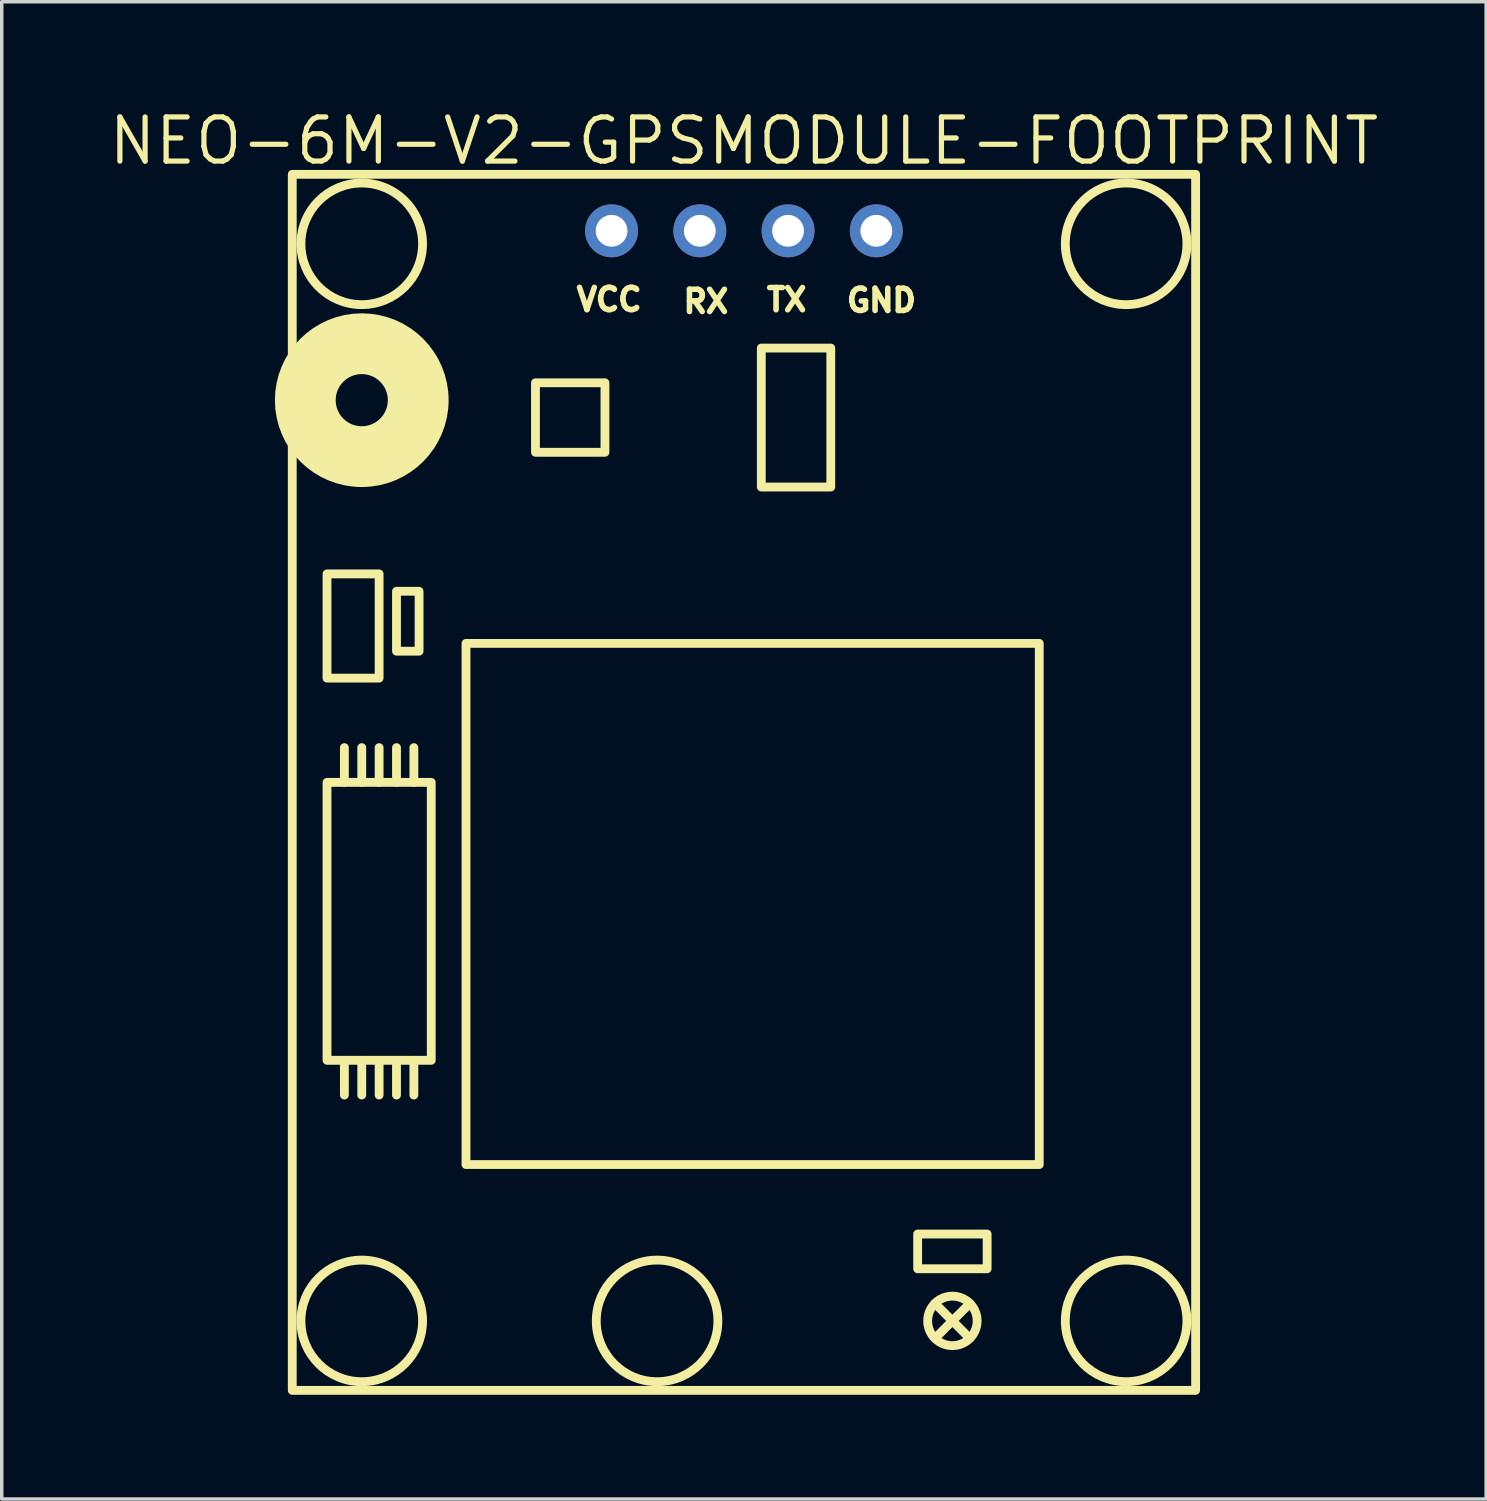
<source format=kicad_pcb>
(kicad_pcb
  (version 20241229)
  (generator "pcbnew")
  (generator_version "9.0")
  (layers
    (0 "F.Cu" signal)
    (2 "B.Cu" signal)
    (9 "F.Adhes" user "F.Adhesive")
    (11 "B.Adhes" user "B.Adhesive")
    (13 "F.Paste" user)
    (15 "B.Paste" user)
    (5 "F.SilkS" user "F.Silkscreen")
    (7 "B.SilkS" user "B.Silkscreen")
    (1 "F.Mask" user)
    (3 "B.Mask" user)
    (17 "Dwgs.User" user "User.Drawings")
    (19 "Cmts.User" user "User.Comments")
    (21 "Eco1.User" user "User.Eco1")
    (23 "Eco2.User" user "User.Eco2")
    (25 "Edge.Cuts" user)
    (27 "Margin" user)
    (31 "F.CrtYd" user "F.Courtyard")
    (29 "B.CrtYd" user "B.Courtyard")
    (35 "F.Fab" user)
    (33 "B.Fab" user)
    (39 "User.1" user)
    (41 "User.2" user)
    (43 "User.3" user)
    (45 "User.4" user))
  (footprint "NEO-6M-V2-GPSMODULE-FOOTPRINT"
    (layer "F.Cu")
    (at 18.362 19.468)
    (property "Reference" "NEO-6M-V2-GPSMODULE-FOOTPRINT" (at -0.00005 -18.462 0) (layer "F.SilkS") (effects (font (size 1.27 1.27) (thickness 0.15))))
    (fp_line (start -11.5 0) (end -11.5 -1) (stroke (width 0.254) (type default)) (layer "F.SilkS"))
    (fp_line (start -11.5 8) (end -11.5 9) (stroke (width 0.254) (type default)) (layer "F.SilkS"))
    (fp_line (start -11 0) (end -11 -1) (stroke (width 0.254) (type default)) (layer "F.SilkS"))
    (fp_line (start -11 8) (end -11 9) (stroke (width 0.254) (type default)) (layer "F.SilkS"))
    (fp_line (start -10.5 0) (end -10.5 -1) (stroke (width 0.254) (type default)) (layer "F.SilkS"))
    (fp_line (start -10.5 8) (end -10.5 9) (stroke (width 0.254) (type default)) (layer "F.SilkS"))
    (fp_line (start -10 0) (end -10 -1) (stroke (width 0.254) (type default)) (layer "F.SilkS"))
    (fp_line (start -10 8) (end -10 9) (stroke (width 0.254) (type default)) (layer "F.SilkS"))
    (fp_line (start -9.5 0) (end -9.5 -1) (stroke (width 0.254) (type default)) (layer "F.SilkS"))
    (fp_line (start -9.5 8) (end -9.5 9) (stroke (width 0.254) (type default)) (layer "F.SilkS"))
    (fp_line (start 5.5 15) (end 5.5 15) (stroke (width 0.254) (type default)) (layer "F.SilkS"))
    (fp_line (start 5.5 15) (end 6.5 16) (stroke (width 0.254) (type default)) (layer "F.SilkS"))
    (fp_line (start 6.5 15) (end 5.5 16) (stroke (width 0.254) (type default)) (layer "F.SilkS"))
    (fp_line (start 6.5 15) (end 6.5 15) (stroke (width 0.254) (type default)) (layer "F.SilkS"))
    (fp_rect (start -13 -17.5) (end 13 17.5) (stroke (width 0.254) (type default)) (fill no) (layer "F.SilkS"))
    (fp_rect (start -12 -6) (end -10.5 -3) (stroke (width 0.254) (type default)) (fill no) (layer "F.SilkS"))
    (fp_rect (start -12 0) (end -9 8) (stroke (width 0.254) (type default)) (fill no) (layer "F.SilkS"))
    (fp_rect (start -10 -5.5) (end -9.35 -3.775) (stroke (width 0.254) (type default)) (fill no) (layer "F.SilkS"))
    (fp_rect (start -8 -4) (end 8.5 11) (stroke (width 0.254) (type default)) (fill no) (layer "F.SilkS"))
    (fp_rect (start -6 -11.5) (end -4 -9.5) (stroke (width 0.254) (type default)) (fill no) (layer "F.SilkS"))
    (fp_rect (start 0.5 -12.5) (end 2.5 -8.5) (stroke (width 0.254) (type default)) (fill no) (layer "F.SilkS"))
    (fp_rect (start 5 13) (end 7 14) (stroke (width 0.254) (type default)) (fill no) (layer "F.SilkS"))
    (fp_circle (center -11 -15.5) (end -9.25 -15.5) (stroke (width 0.254) (type default)) (fill no) (layer "F.SilkS"))
    (fp_circle (center -11 -11) (end -10.25 -11) (stroke (width 1.75) (type default)) (fill no) (layer "F.SilkS"))
    (fp_circle (center -11 -11) (end -9.9 -11) (stroke (width 0.254) (type default)) (fill no) (layer "F.SilkS"))
    (fp_circle (center -11 -11) (end -9.7 -11) (stroke (width 0.254) (type default)) (fill no) (layer "F.SilkS"))
    (fp_circle (center -11 -11) (end -9.5 -11) (stroke (width 0.26) (type default)) (fill no) (layer "F.SilkS"))
    (fp_circle (center -11 -11) (end -9.25 -11) (stroke (width 0.254) (type default)) (fill no) (layer "F.SilkS"))
    (fp_circle (center -11 15.5) (end -9.25 15.5) (stroke (width 0.254) (type default)) (fill no) (layer "F.SilkS"))
    (fp_circle (center -2.5 15.5) (end -0.75 15.5) (stroke (width 0.254) (type default)) (fill no) (layer "F.SilkS"))
    (fp_circle (center 6 15.5) (end 6.712 15.5) (stroke (width 0.254) (type default)) (fill no) (layer "F.SilkS"))
    (fp_circle (center 11 -15.5) (end 12.75 -15.5) (stroke (width 0.254) (type default)) (fill no) (layer "F.SilkS"))
    (fp_circle (center 11 15.5) (end 12.75 15.5) (stroke (width 0.254) (type default)) (fill no) (layer "F.SilkS"))
    (fp_text user "RX" (at -1.825 -14.215 0) (unlocked yes) (layer "F.SilkS") (effects (font (size 0.64 0.64) (thickness 0.203)) (justify left top)))
    (fp_text user "VCC" (at -4.899 -14.27 0) (unlocked yes) (layer "F.SilkS") (effects (font (size 0.64 0.64) (thickness 0.203)) (justify left top)))
    (fp_text user "TX" (at 0.575 -14.265 0) (unlocked yes) (layer "F.SilkS") (effects (font (size 0.64 0.64) (thickness 0.203)) (justify left top)))
    (fp_text user "GND" (at 2.876 -14.245 0) (unlocked yes) (layer "F.SilkS") (effects (font (size 0.64 0.64) (thickness 0.203)) (justify left top)))
    (pad "1" thru_hole oval (at -3.81 -15.875) (size 1.524 1.524) (drill 0.914) (layers "*.Cu" "*.Mask"))
    (pad "2" thru_hole oval (at -1.27 -15.875) (size 1.524 1.524) (drill 0.914) (layers "*.Cu" "*.Mask"))
    (pad "3" thru_hole oval (at 1.27 -15.875) (size 1.524 1.524) (drill 0.914) (layers "*.Cu" "*.Mask"))
    (pad "4" thru_hole oval (at 3.81 -15.875) (size 1.524 1.524) (drill 0.914) (layers "*.Cu" "*.Mask"))
    (zone (net_name "") (layer "F.SilkS") (hatch edge 0.5) (priority 100) (connect_pads yes) (min_thickness 0) (filled_areas_thickness no) (fill yes) (polygon (pts (xy 10.85 13.854) (xy 10.85 15.354) (xy 11.85 15.354) (xy 11.85 13.854))) (filled_polygon (layer "F.SilkS") (island) (pts (xy 10.85 13.854) (xy 10.85 15.354) (xy 11.85 15.354) (xy 11.85 13.854))))
    (zone (net_name "") (layer "F.SilkS") (hatch edge 0.5) (priority 100) (connect_pads yes) (min_thickness 0) (filled_areas_thickness no) (fill yes) (polygon (pts (xy 10.862 30.468) (xy 10.862 31.968) (xy 11.862 31.968) (xy 11.862 30.468))) (filled_polygon (layer "F.SilkS") (island) (pts (xy 10.862 30.468) (xy 10.862 31.968) (xy 11.862 31.968) (xy 11.862 30.468))))
    (zone (net_name "") (layer "F.SilkS") (hatch edge 0.5) (priority 100) (connect_pads yes) (min_thickness 0) (filled_areas_thickness no) (fill yes) (polygon (pts (xy 12.35 13.854) (xy 12.35 15.354) (xy 13.35 15.354) (xy 13.35 13.854))) (filled_polygon (layer "F.SilkS") (island) (pts (xy 12.35 13.854) (xy 12.35 15.354) (xy 13.35 15.354) (xy 13.35 13.854))))
    (zone (net_name "") (layer "F.SilkS") (hatch edge 0.5) (priority 100) (connect_pads yes) (min_thickness 0) (filled_areas_thickness no) (fill yes) (polygon (pts (xy 12.362 8.468) (xy 11.362 8.468) (xy 11.362 9.468) (xy 12.362 9.468))) (filled_polygon (layer "F.SilkS") (island) (pts (xy 12.362 8.468) (xy 11.362 8.468) (xy 11.362 9.468) (xy 12.362 9.468))))
    (zone (net_name "") (layer "F.SilkS") (hatch edge 0.5) (priority 100) (connect_pads yes) (min_thickness 0) (filled_areas_thickness no) (fill yes) (polygon (pts (xy 12.362 30.468) (xy 12.362 31.968) (xy 13.362 31.968) (xy 13.362 30.468))) (filled_polygon (layer "F.SilkS") (island) (pts (xy 12.362 30.468) (xy 12.362 31.968) (xy 13.362 31.968) (xy 13.362 30.468))))
    (zone (net_name "") (layer "F.SilkS") (hatch edge 0.5) (priority 100) (connect_pads yes) (min_thickness 0) (filled_areas_thickness no) (fill yes) (polygon (pts (xy 13.85 13.854) (xy 13.85 15.354) (xy 14.85 15.354) (xy 14.85 13.854))) (filled_polygon (layer "F.SilkS") (island) (pts (xy 13.85 13.854) (xy 13.85 15.354) (xy 14.85 15.354) (xy 14.85 13.854))))
    (zone (net_name "") (layer "F.SilkS") (hatch edge 0.5) (priority 100) (connect_pads yes) (min_thickness 0) (filled_areas_thickness no) (fill yes) (polygon (pts (xy 13.862 30.468) (xy 13.862 31.968) (xy 14.862 31.968) (xy 14.862 30.468))) (filled_polygon (layer "F.SilkS") (island) (pts (xy 13.862 30.468) (xy 13.862 31.968) (xy 14.862 31.968) (xy 14.862 30.468))))
    (zone (net_name "") (layer "F.SilkS") (hatch edge 0.5) (priority 100) (connect_pads yes) (min_thickness 0) (filled_areas_thickness no) (fill yes) (polygon (pts (xy 14.362 7.968) (xy 15.362 7.968) (xy 15.362 8.468) (xy 14.362 8.468))) (filled_polygon (layer "F.SilkS") (island) (pts (xy 14.362 7.968) (xy 15.362 7.968) (xy 15.362 8.468) (xy 14.362 8.468))))
    (zone (net_name "") (layer "F.SilkS") (hatch edge 0.5) (priority 100) (connect_pads yes) (min_thickness 0) (filled_areas_thickness no) (fill yes) (polygon (pts (xy 14.362 9.968) (xy 14.362 9.468) (xy 15.362 9.468) (xy 15.362 9.968))) (filled_polygon (layer "F.SilkS") (island) (pts (xy 14.362 9.968) (xy 14.362 9.468) (xy 15.362 9.468) (xy 15.362 9.968))))
    (zone (net_name "") (layer "F.SilkS") (hatch edge 0.5) (priority 100) (connect_pads yes) (min_thickness 0) (filled_areas_thickness no) (fill yes) (polygon (pts (xy 15.35 13.854) (xy 15.35 15.354) (xy 16.35 15.354) (xy 16.35 13.854))) (filled_polygon (layer "F.SilkS") (island) (pts (xy 15.35 13.854) (xy 15.35 15.354) (xy 16.35 15.354) (xy 16.35 13.854))))
    (zone (net_name "") (layer "F.SilkS") (hatch edge 0.5) (priority 100) (connect_pads yes) (min_thickness 0) (filled_areas_thickness no) (fill yes) (polygon (pts (xy 15.362 30.468) (xy 15.362 31.968) (xy 16.362 31.968) (xy 16.362 30.468))) (filled_polygon (layer "F.SilkS") (island) (pts (xy 15.362 30.468) (xy 15.362 31.968) (xy 16.362 31.968) (xy 16.362 30.468))))
    (zone (net_name "") (layer "F.SilkS") (hatch edge 0.5) (priority 100) (connect_pads yes) (min_thickness 0) (filled_areas_thickness no) (fill yes) (polygon (pts (xy 16.85 13.854) (xy 16.85 15.354) (xy 17.85 15.354) (xy 17.85 13.854))) (filled_polygon (layer "F.SilkS") (island) (pts (xy 16.85 13.854) (xy 16.85 15.354) (xy 17.85 15.354) (xy 17.85 13.854))))
    (zone (net_name "") (layer "F.SilkS") (hatch edge 0.5) (priority 100) (connect_pads yes) (min_thickness 0) (filled_areas_thickness no) (fill yes) (polygon (pts (xy 16.862 6.968) (xy 18.862 6.968) (xy 18.862 7.968) (xy 16.862 7.968))) (filled_polygon (layer "F.SilkS") (island) (pts (xy 16.862 6.968) (xy 18.862 6.968) (xy 18.862 7.968) (xy 16.862 7.968))))
    (zone (net_name "") (layer "F.SilkS") (hatch edge 0.5) (priority 100) (connect_pads yes) (min_thickness 0) (filled_areas_thickness no) (fill yes) (polygon (pts (xy 16.862 9.968) (xy 18.862 9.968) (xy 18.862 10.968) (xy 16.862 10.968))) (filled_polygon (layer "F.SilkS") (island) (pts (xy 16.862 9.968) (xy 18.862 9.968) (xy 18.862 10.968) (xy 16.862 10.968))))
    (zone (net_name "") (layer "F.SilkS") (hatch edge 0.5) (priority 100) (connect_pads yes) (min_thickness 0) (filled_areas_thickness no) (fill yes) (polygon (pts (xy 16.862 30.468) (xy 16.862 31.968) (xy 17.862 31.968) (xy 17.862 30.468))) (filled_polygon (layer "F.SilkS") (island) (pts (xy 16.862 30.468) (xy 16.862 31.968) (xy 17.862 31.968) (xy 17.862 30.468))))
    (zone (net_name "") (layer "F.SilkS") (hatch edge 0.5) (priority 100) (connect_pads yes) (min_thickness 0) (filled_areas_thickness no) (fill yes) (polygon (pts (xy 18.35 13.854) (xy 18.35 15.354) (xy 19.35 15.354) (xy 19.35 13.854))) (filled_polygon (layer "F.SilkS") (island) (pts (xy 18.35 13.854) (xy 18.35 15.354) (xy 19.35 15.354) (xy 19.35 13.854))))
    (zone (net_name "") (layer "F.SilkS") (hatch edge 0.5) (priority 100) (connect_pads yes) (min_thickness 0) (filled_areas_thickness no) (fill yes) (polygon (pts (xy 18.362 30.468) (xy 18.362 31.968) (xy 19.362 31.968) (xy 19.362 30.468))) (filled_polygon (layer "F.SilkS") (island) (pts (xy 18.362 30.468) (xy 18.362 31.968) (xy 19.362 31.968) (xy 19.362 30.468))))
    (zone (net_name "") (layer "F.SilkS") (hatch edge 0.5) (priority 100) (connect_pads yes) (min_thickness 0) (filled_areas_thickness no) (fill yes) (polygon (pts (xy 20.862 6.968) (xy 22.862 6.968) (xy 22.862 7.968) (xy 20.862 7.968))) (filled_polygon (layer "F.SilkS") (island) (pts (xy 20.862 6.968) (xy 22.862 6.968) (xy 22.862 7.968) (xy 20.862 7.968))))
    (zone (net_name "") (layer "F.SilkS") (hatch edge 0.5) (priority 100) (connect_pads yes) (min_thickness 0) (filled_areas_thickness no) (fill yes) (polygon (pts (xy 20.862 8.468) (xy 22.862 8.468) (xy 22.862 9.468) (xy 20.862 9.468))) (filled_polygon (layer "F.SilkS") (island) (pts (xy 20.862 8.468) (xy 22.862 8.468) (xy 22.862 9.468) (xy 20.862 9.468))))
    (zone (net_name "") (layer "F.SilkS") (hatch edge 0.5) (priority 100) (connect_pads yes) (min_thickness 0) (filled_areas_thickness no) (fill yes) (polygon (pts (xy 20.862 9.968) (xy 22.862 9.968) (xy 22.862 10.968) (xy 20.862 10.968))) (filled_polygon (layer "F.SilkS") (island) (pts (xy 20.862 9.968) (xy 22.862 9.968) (xy 22.862 10.968) (xy 20.862 10.968))))
    (zone (net_name "") (layer "F.SilkS") (hatch edge 0.5) (priority 100) (connect_pads yes) (min_thickness 0) (filled_areas_thickness no) (fill yes) (polygon (pts (xy 22.85 13.854) (xy 22.85 15.354) (xy 23.85 15.354) (xy 23.85 13.854))) (filled_polygon (layer "F.SilkS") (island) (pts (xy 22.85 13.854) (xy 22.85 15.354) (xy 23.85 15.354) (xy 23.85 13.854))))
    (zone (net_name "") (layer "F.SilkS") (hatch edge 0.5) (priority 100) (connect_pads yes) (min_thickness 0) (filled_areas_thickness no) (fill yes) (polygon (pts (xy 22.862 30.468) (xy 22.862 31.968) (xy 23.862 31.968) (xy 23.862 30.468))) (filled_polygon (layer "F.SilkS") (island) (pts (xy 22.862 30.468) (xy 22.862 31.968) (xy 23.862 31.968) (xy 23.862 30.468))))
    (zone (net_name "") (layer "F.SilkS") (hatch edge 0.5) (priority 100) (connect_pads yes) (min_thickness 0) (filled_areas_thickness no) (fill yes) (polygon (pts (xy 23.862 32.468) (xy 23.862 33.468) (xy 24.862 33.468) (xy 24.862 32.468))) (filled_polygon (layer "F.SilkS") (island) (pts (xy 23.862 32.468) (xy 23.862 33.468) (xy 24.862 33.468) (xy 24.862 32.468))))
    (zone (net_name "") (layer "F.SilkS") (hatch edge 0.5) (priority 100) (connect_pads yes) (min_thickness 0) (filled_areas_thickness no) (fill yes) (polygon (pts (xy 24.35 13.854) (xy 24.35 15.354) (xy 25.35 15.354) (xy 25.35 13.854))) (filled_polygon (layer "F.SilkS") (island) (pts (xy 24.35 13.854) (xy 24.35 15.354) (xy 25.35 15.354) (xy 25.35 13.854))))
    (zone (net_name "") (layer "F.SilkS") (hatch edge 0.5) (priority 100) (connect_pads yes) (min_thickness 0) (filled_areas_thickness no) (fill yes) (polygon (pts (xy 24.362 30.468) (xy 24.362 31.968) (xy 25.362 31.968) (xy 25.362 30.468))) (filled_polygon (layer "F.SilkS") (island) (pts (xy 24.362 30.468) (xy 24.362 31.968) (xy 25.362 31.968) (xy 25.362 30.468))))
    (zone (net_name "") (layer "F.SilkS") (hatch edge 0.5) (priority 100) (connect_pads yes) (min_thickness 0) (filled_areas_thickness no) (fill yes) (polygon (pts (xy 25.85 13.854) (xy 25.85 15.354) (xy 26.85 15.354) (xy 26.85 13.854))) (filled_polygon (layer "F.SilkS") (island) (pts (xy 25.85 13.854) (xy 25.85 15.354) (xy 26.85 15.354) (xy 26.85 13.854))))
    (zone (net_name "") (layer "F.SilkS") (hatch edge 0.5) (priority 100) (connect_pads yes) (min_thickness 0) (filled_areas_thickness no) (fill yes) (polygon (pts (xy 25.862 30.468) (xy 25.862 31.968) (xy 26.862 31.968) (xy 26.862 30.468))) (filled_polygon (layer "F.SilkS") (island) (pts (xy 25.862 30.468) (xy 25.862 31.968) (xy 26.862 31.968) (xy 26.862 30.468)))))
  (gr_rect
    (start -3 -3)
    (end 39.724 40.095)
    (stroke (width 0.1) (type default))
    (fill no)
    (layer "Edge.Cuts")))
</source>
